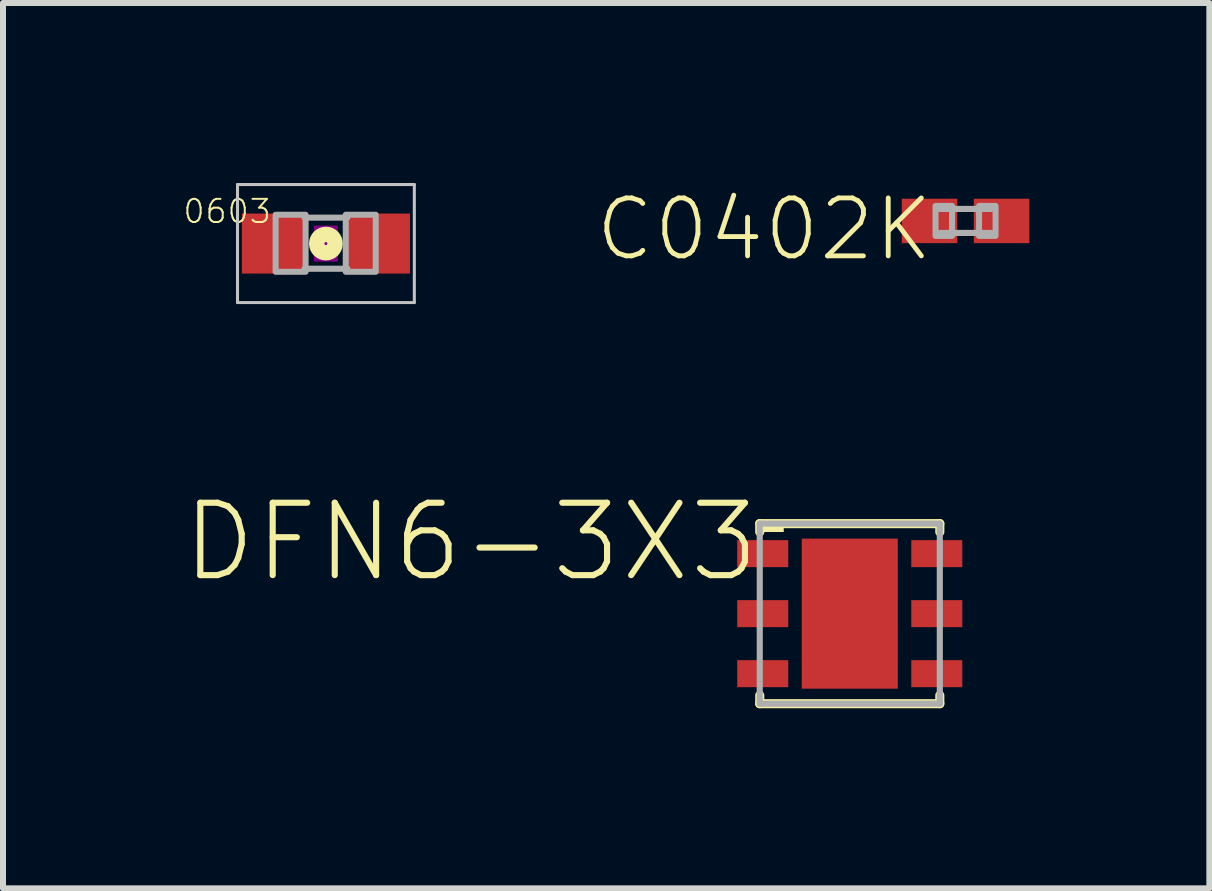
<source format=kicad_pcb>
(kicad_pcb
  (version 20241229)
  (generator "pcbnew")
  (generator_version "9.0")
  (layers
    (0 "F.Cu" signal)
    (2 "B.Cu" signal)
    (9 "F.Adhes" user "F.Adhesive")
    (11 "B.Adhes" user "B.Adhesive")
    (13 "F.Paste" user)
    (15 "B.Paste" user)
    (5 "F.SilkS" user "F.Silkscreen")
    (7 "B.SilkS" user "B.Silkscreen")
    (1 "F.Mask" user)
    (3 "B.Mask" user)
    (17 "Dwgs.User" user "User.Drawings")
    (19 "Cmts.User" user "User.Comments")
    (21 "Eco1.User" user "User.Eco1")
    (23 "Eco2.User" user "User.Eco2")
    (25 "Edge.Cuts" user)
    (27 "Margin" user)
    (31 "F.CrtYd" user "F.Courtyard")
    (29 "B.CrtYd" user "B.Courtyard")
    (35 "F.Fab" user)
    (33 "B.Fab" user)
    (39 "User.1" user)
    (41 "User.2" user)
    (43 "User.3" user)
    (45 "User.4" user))
  (footprint "DFN6-3X3"
    (layer "F.Cu")
    (at 11.108 7.174)
    (property "Reference" "DFN6-3X3" (at -1.45 -1.9 0) (layer "F.SilkS") (effects (font (size 1.206 1.206) (thickness 0.102)) (justify right top)))
    (attr through_hole)
    (fp_poly (pts (xy -1.925 -0.725) (xy -0.975 -0.725) (xy -0.975 -1.275) (xy -1.925 -1.275)) (stroke (width 0) (type solid)) (fill yes) (layer "F.Mask"))
    (fp_poly (pts (xy -1.925 0.275) (xy -0.975 0.275) (xy -0.975 -0.275) (xy -1.925 -0.275)) (stroke (width 0) (type solid)) (fill yes) (layer "F.Mask"))
    (fp_poly (pts (xy -1.925 1.275) (xy -0.975 1.275) (xy -0.975 0.725) (xy -1.925 0.725)) (stroke (width 0) (type solid)) (fill yes) (layer "F.Mask"))
    (fp_poly (pts (xy -0.85 1.3) (xy 0.85 1.3) (xy 0.85 -1.3) (xy -0.85 -1.3)) (stroke (width 0) (type solid)) (fill yes) (layer "F.Mask"))
    (fp_poly (pts (xy 0.975 -0.725) (xy 1.925 -0.725) (xy 1.925 -1.275) (xy 0.975 -1.275)) (stroke (width 0) (type solid)) (fill yes) (layer "F.Mask"))
    (fp_poly (pts (xy 0.975 0.275) (xy 1.925 0.275) (xy 1.925 -0.275) (xy 0.975 -0.275)) (stroke (width 0) (type solid)) (fill yes) (layer "F.Mask"))
    (fp_poly (pts (xy 0.975 1.275) (xy 1.925 1.275) (xy 1.925 0.725) (xy 0.975 0.725)) (stroke (width 0) (type solid)) (fill yes) (layer "F.Mask"))
    (fp_line (start -1.5 -1.36) (end -1.5 -1.5) (stroke (width 0.152) (type solid)) (layer "F.SilkS"))
    (fp_line (start -1.5 1.5) (end -1.5 1.36) (stroke (width 0.152) (type solid)) (layer "F.SilkS"))
    (fp_line (start 1.5 -1.5) (end -1.5 -1.5) (stroke (width 0.152) (type solid)) (layer "F.SilkS"))
    (fp_line (start 1.5 -1.36) (end 1.5 -1.5) (stroke (width 0.152) (type solid)) (layer "F.SilkS"))
    (fp_line (start 1.5 1.5) (end -1.5 1.5) (stroke (width 0.152) (type solid)) (layer "F.SilkS"))
    (fp_line (start 1.5 1.5) (end 1.5 1.36) (stroke (width 0.152) (type solid)) (layer "F.SilkS"))
    (fp_poly (pts (xy -1.5 -1.36) (xy -1.1 -1.36) (xy -1.1 -1.5) (xy -1.5 -1.5)) (stroke (width 0) (type solid)) (fill yes) (layer "F.SilkS"))
    (fp_poly (pts (xy -1.85 -0.8) (xy -1.05 -0.8) (xy -1.05 -1.2) (xy -1.85 -1.2)) (stroke (width 0) (type solid)) (fill yes) (layer "F.Paste"))
    (fp_poly (pts (xy -1.85 0.2) (xy -1.05 0.2) (xy -1.05 -0.2) (xy -1.85 -0.2)) (stroke (width 0) (type solid)) (fill yes) (layer "F.Paste"))
    (fp_poly (pts (xy -1.85 1.2) (xy -1.05 1.2) (xy -1.05 0.8) (xy -1.85 0.8)) (stroke (width 0) (type solid)) (fill yes) (layer "F.Paste"))
    (fp_poly (pts (xy -0.6 1.05) (xy 0.6 1.05) (xy 0.6 -1.05) (xy -0.6 -1.05)) (stroke (width 0) (type solid)) (fill yes) (layer "F.Paste"))
    (fp_poly (pts (xy 1.05 -0.8) (xy 1.85 -0.8) (xy 1.85 -1.2) (xy 1.05 -1.2)) (stroke (width 0) (type solid)) (fill yes) (layer "F.Paste"))
    (fp_poly (pts (xy 1.05 0.2) (xy 1.85 0.2) (xy 1.85 -0.2) (xy 1.05 -0.2)) (stroke (width 0) (type solid)) (fill yes) (layer "F.Paste"))
    (fp_poly (pts (xy 1.05 1.2) (xy 1.85 1.2) (xy 1.85 0.8) (xy 1.05 0.8)) (stroke (width 0) (type solid)) (fill yes) (layer "F.Paste"))
    (fp_line (start -1.5 1.5) (end -1.5 -1.5) (stroke (width 0.102) (type solid)) (layer "F.Fab"))
    (fp_line (start 1.5 -1.5) (end -1.5 -1.5) (stroke (width 0.102) (type solid)) (layer "F.Fab"))
    (fp_line (start 1.5 -1.5) (end 1.5 1.5) (stroke (width 0.102) (type solid)) (layer "F.Fab"))
    (fp_line (start 1.5 1.5) (end -1.5 1.5) (stroke (width 0.102) (type solid)) (layer "F.Fab"))
    (pad "1" smd rect (at -1.45 -1) (size 0.85 0.45) (layers "F.Cu" "F.Mask"))
    (pad "2" smd rect (at -1.45 0) (size 0.85 0.45) (layers "F.Cu" "F.Mask"))
    (pad "3" smd rect (at -1.45 1) (size 0.85 0.45) (layers "F.Cu" "F.Mask"))
    (pad "4" smd rect (at 1.45 1) (size 0.85 0.45) (layers "F.Cu" "F.Mask"))
    (pad "5" smd rect (at 1.45 0) (size 0.85 0.45) (layers "F.Cu" "F.Mask"))
    (pad "6" smd rect (at 1.45 -1) (size 0.85 0.45) (layers "F.Cu" "F.Mask"))
    (pad "EXP" smd rect (at 0 0) (size 1.6 2.5) (layers "F.Cu" "F.Mask")))
  (footprint "0603"
    (layer "F.Cu")
    (at 2.38 1.008)
    (property "Reference" "0603" (at -0.889 -0.762 0) (layer "F.SilkS") (effects (font (size 0.386 0.386) (thickness 0.033)) (justify right top)))
    (attr through_hole)
    (fp_circle (center 0 0) (end 0.025 0) (stroke (width 0.127) (type solid)) (fill no) (layer "F.SilkS"))
    (fp_circle (center 0 0) (end 0.127 0) (stroke (width 0.127) (type solid)) (fill no) (layer "F.SilkS"))
    (fp_circle (center 0 0) (end 0.218 0) (stroke (width 0.127) (type solid)) (fill no) (layer "F.SilkS"))
    (fp_poly (pts (xy -0.2 0.3) (xy 0.2 0.3) (xy 0.2 -0.3) (xy -0.2 -0.3)) (stroke (width 0) (type solid)) (fill yes) (layer "F.Adhes"))
    (fp_line (start -1.473 -0.983) (end 1.473 -0.983) (stroke (width 0.051) (type solid)) (layer "Dwgs.User"))
    (fp_line (start -1.473 0.983) (end -1.473 -0.983) (stroke (width 0.051) (type solid)) (layer "Dwgs.User"))
    (fp_line (start 1.473 -0.983) (end 1.473 0.983) (stroke (width 0.051) (type solid)) (layer "Dwgs.User"))
    (fp_line (start 1.473 0.983) (end -1.473 0.983) (stroke (width 0.051) (type solid)) (layer "Dwgs.User"))
    (fp_line (start -0.356 -0.432) (end 0.356 -0.432) (stroke (width 0.102) (type solid)) (layer "F.Fab"))
    (fp_line (start -0.356 0.419) (end 0.356 0.419) (stroke (width 0.102) (type solid)) (layer "F.Fab"))
    (fp_poly (pts (xy -0.838 0.47) (xy -0.338 0.47) (xy -0.338 -0.48) (xy -0.838 -0.48)) (stroke (width 0.1) (type solid)) (fill no) (layer "F.Fab"))
    (fp_poly (pts (xy 0.33 0.47) (xy 0.83 0.47) (xy 0.83 -0.48) (xy 0.33 -0.48)) (stroke (width 0.1) (type solid)) (fill no) (layer "F.Fab"))
    (pad "1" smd rect (at -0.85 0) (size 1.1 1) (layers "F.Cu" "F.Mask" "F.Paste"))
    (pad "2" smd rect (at 0.85 0) (size 1.1 1) (layers "F.Cu" "F.Mask" "F.Paste")))
  (footprint "C0402K"
    (layer "F.Cu")
    (at 13.037 0.631)
    (property "Reference" "C0402K" (at -0.5 -0.425 0) (layer "F.SilkS") (effects (font (size 0.965 0.965) (thickness 0.081)) (justify right top)))
    (attr through_hole)
    (fp_line (start -0.425 -0.2) (end 0.425 -0.2) (stroke (width 0.102) (type solid)) (layer "F.Fab"))
    (fp_line (start 0.425 0.2) (end -0.425 0.2) (stroke (width 0.102) (type solid)) (layer "F.Fab"))
    (fp_poly (pts (xy -0.5 0.25) (xy -0.225 0.25) (xy -0.225 -0.25) (xy -0.5 -0.25)) (stroke (width 0.1) (type solid)) (fill no) (layer "F.Fab"))
    (fp_poly (pts (xy 0.225 0.25) (xy 0.5 0.25) (xy 0.5 -0.25) (xy 0.225 -0.25)) (stroke (width 0.1) (type solid)) (fill no) (layer "F.Fab"))
    (pad "1" smd rect (at -0.6 0) (size 0.925 0.74) (layers "F.Cu" "F.Mask" "F.Paste"))
    (pad "2" smd rect (at 0.6 0) (size 0.925 0.74) (layers "F.Cu" "F.Mask" "F.Paste")))
  (gr_rect
    (start -3 -3)
    (end 17.099 11.75)
    (stroke (width 0.1) (type default))
    (fill no)
    (layer "Edge.Cuts")))
</source>
